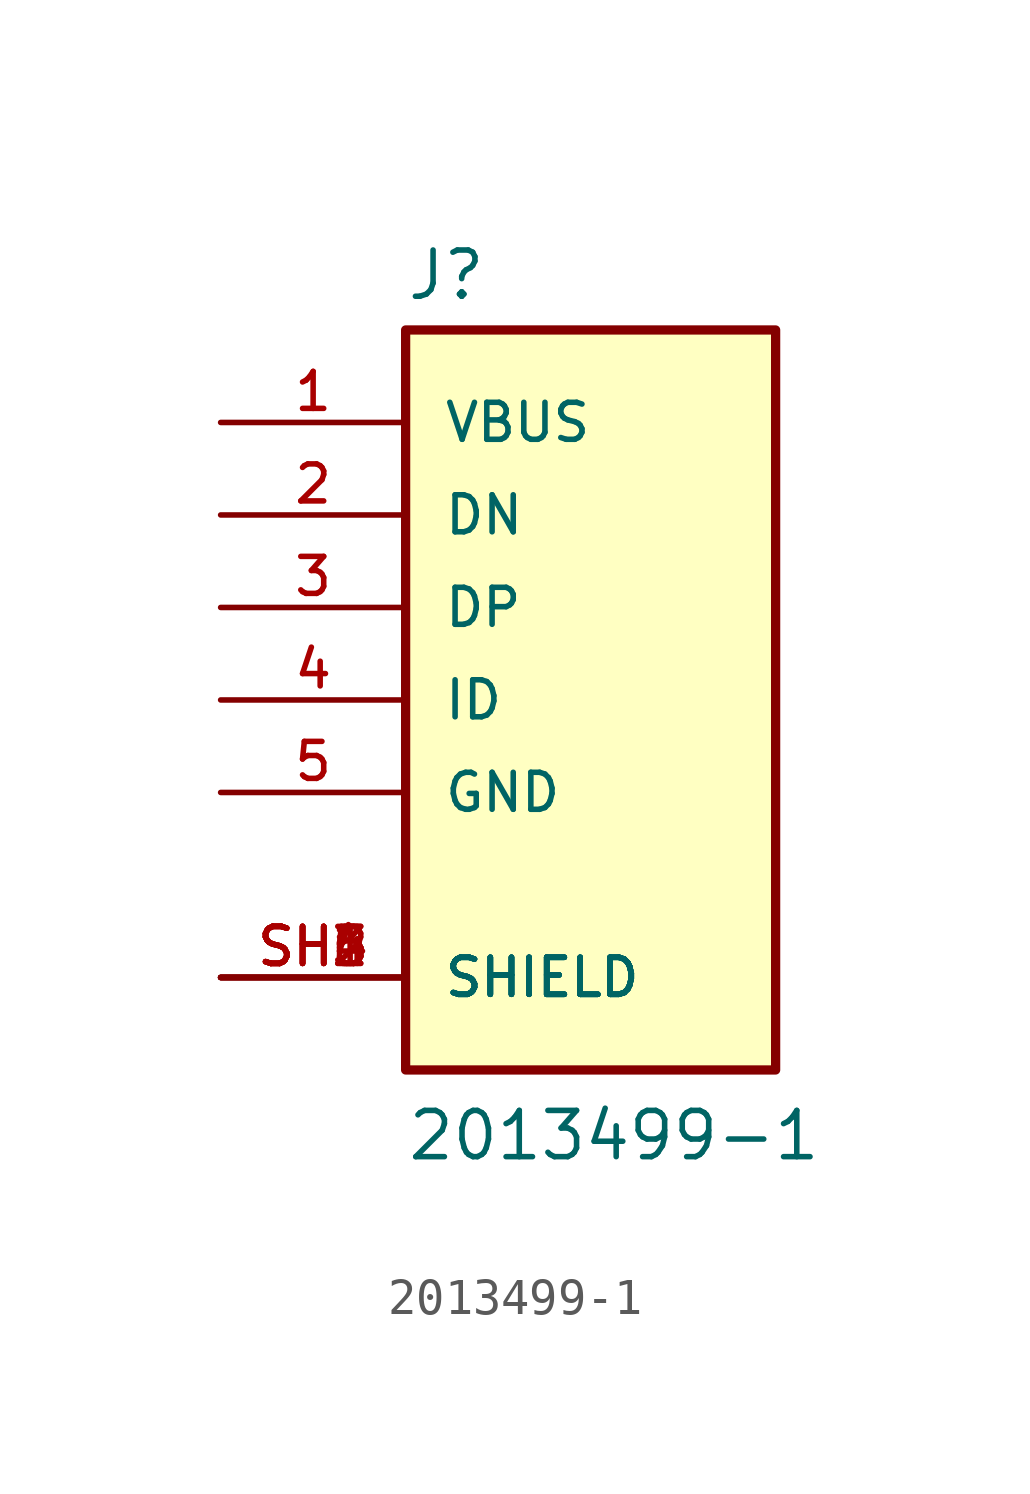
<source format=kicad_sym>
(kicad_symbol_lib
  (version 20211014)
  (generator kicad_symbol_editor)
  (symbol "2013499-1"
    (pin_names
      (offset 1.016))
    (property "Reference" "J"
      (at -5.092 10.922 0)
      (effects (font (size 1.27 1.27)) (justify bottom left)))
    (property "Value" "2013499-1"
      (at -5.083 -12.704 0)
      (effects (font (size 1.27 1.27)) (justify bottom left)))
    (symbol "2013499-1_0_0"
      (rectangle (start -5.08 -10.16) (end 5.08 10.16) (stroke (width 0.254)) (fill (type background)))
      (pin passive line (at -10.16 -7.62 0) (length 5.08) (name "SHIELD" (effects (font (size 1.016 1.016)))) (number "SH1" (effects (font (size 1.016 1.016)))))
      (pin passive line (at -10.16 -7.62 0) (length 5.08) (name "SHIELD" (effects (font (size 1.016 1.016)))) (number "SH2" (effects (font (size 1.016 1.016)))))
      (pin passive line (at -10.16 -7.62 0) (length 5.08) (name "SHIELD" (effects (font (size 1.016 1.016)))) (number "SH3" (effects (font (size 1.016 1.016)))))
      (pin passive line (at -10.16 -7.62 0) (length 5.08) (name "SHIELD" (effects (font (size 1.016 1.016)))) (number "SH4" (effects (font (size 1.016 1.016)))))
      (pin passive line (at -10.16 -7.62 0) (length 5.08) (name "SHIELD" (effects (font (size 1.016 1.016)))) (number "SH5" (effects (font (size 1.016 1.016)))))
      (pin passive line (at -10.16 -7.62 0) (length 5.08) (name "SHIELD" (effects (font (size 1.016 1.016)))) (number "SH6" (effects (font (size 1.016 1.016)))))
      (pin power_in line (at -10.16 7.62 0) (length 5.08) (name "VBUS" (effects (font (size 1.016 1.016)))) (number "1" (effects (font (size 1.016 1.016)))))
      (pin bidirectional line (at -10.16 5.08 0) (length 5.08) (name "DN" (effects (font (size 1.016 1.016)))) (number "2" (effects (font (size 1.016 1.016)))))
      (pin bidirectional line (at -10.16 2.54 0) (length 5.08) (name "DP" (effects (font (size 1.016 1.016)))) (number "3" (effects (font (size 1.016 1.016)))))
      (pin bidirectional line (at -10.16 0.0 0) (length 5.08) (name "ID" (effects (font (size 1.016 1.016)))) (number "4" (effects (font (size 1.016 1.016)))))
      (pin power_in line (at -10.16 -2.54 0) (length 5.08) (name "GND" (effects (font (size 1.016 1.016)))) (number "5" (effects (font (size 1.016 1.016))))))))
</source>
